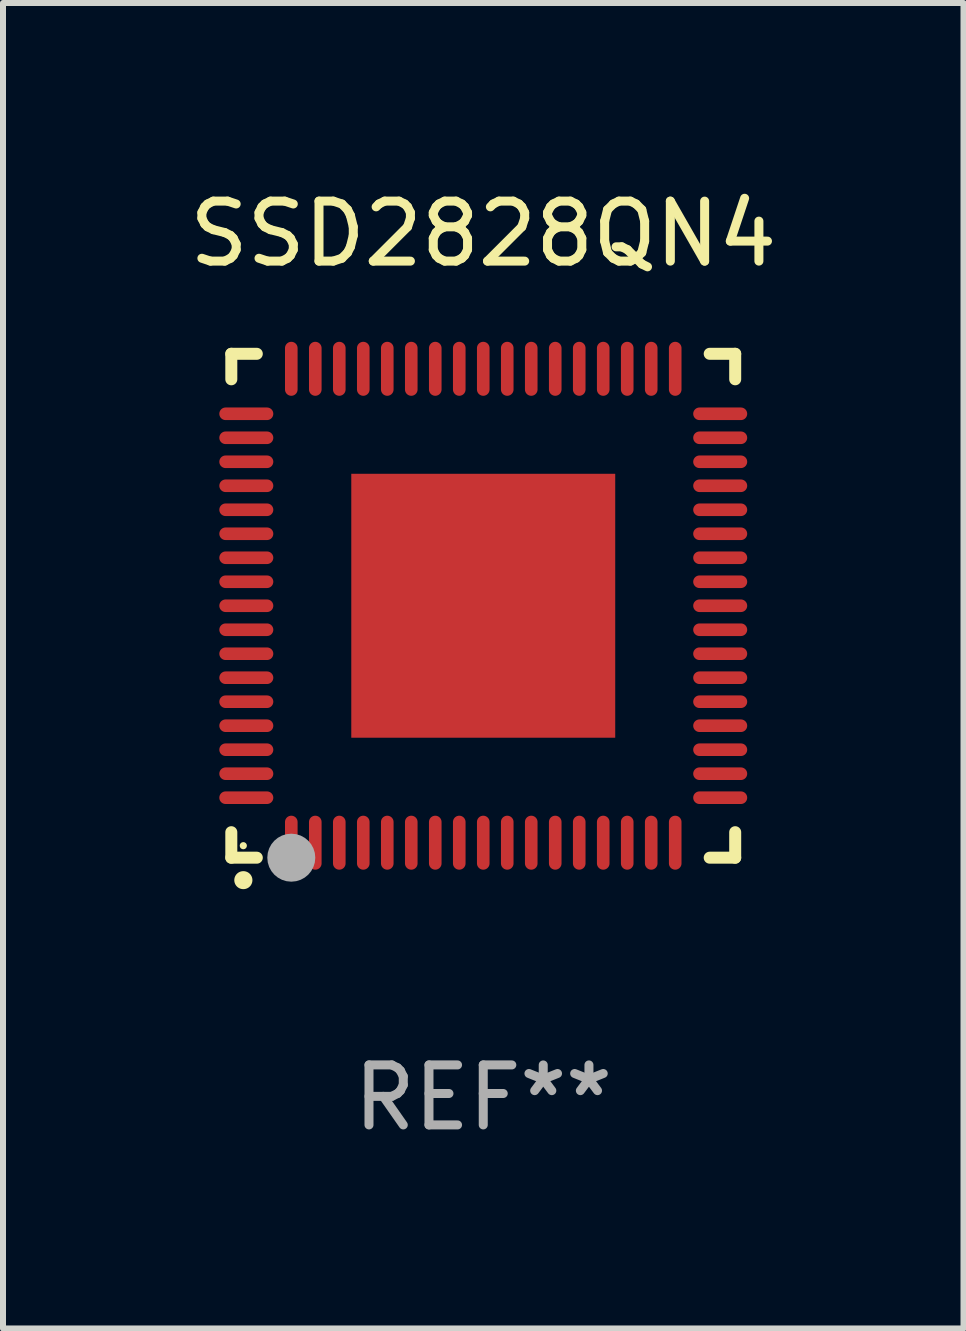
<source format=kicad_pcb>
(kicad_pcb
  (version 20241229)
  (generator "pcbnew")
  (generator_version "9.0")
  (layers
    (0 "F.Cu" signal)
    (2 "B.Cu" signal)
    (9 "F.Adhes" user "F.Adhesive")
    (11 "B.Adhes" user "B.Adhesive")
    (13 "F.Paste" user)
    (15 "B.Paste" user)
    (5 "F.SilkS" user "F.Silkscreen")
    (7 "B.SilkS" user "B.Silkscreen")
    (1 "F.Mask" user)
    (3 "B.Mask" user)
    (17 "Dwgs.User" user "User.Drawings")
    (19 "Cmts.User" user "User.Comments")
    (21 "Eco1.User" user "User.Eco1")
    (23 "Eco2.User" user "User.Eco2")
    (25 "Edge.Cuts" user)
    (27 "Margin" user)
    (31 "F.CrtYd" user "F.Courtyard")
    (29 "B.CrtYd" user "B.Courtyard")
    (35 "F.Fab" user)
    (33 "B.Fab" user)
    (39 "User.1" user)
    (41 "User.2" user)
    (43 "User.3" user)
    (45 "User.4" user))
  (footprint "SSD2828QN4"
    (layer "F.Cu")
    (at 5.006 7.048)
    (property "Reference" "SSD2828QN4" (at 0 -6.2 0) (layer "F.SilkS") (effects (font (size 1 1) (thickness 0.15))))
    (attr through_hole)
    (fp_line (start -4.2 -4.2) (end -4.2 -3.775) (stroke (width 0.2) (type solid)) (layer "F.SilkS"))
    (fp_line (start -4.2 4.2) (end -4.2 3.775) (stroke (width 0.2) (type solid)) (layer "F.SilkS"))
    (fp_line (start -3.775 -4.2) (end -4.2 -4.2) (stroke (width 0.2) (type solid)) (layer "F.SilkS"))
    (fp_line (start -3.775 4.2) (end -4.2 4.2) (stroke (width 0.2) (type solid)) (layer "F.SilkS"))
    (fp_line (start 3.775 4.2) (end 4.2 4.2) (stroke (width 0.2) (type solid)) (layer "F.SilkS"))
    (fp_line (start 4.2 -4.2) (end 3.775 -4.2) (stroke (width 0.2) (type solid)) (layer "F.SilkS"))
    (fp_line (start 4.2 -3.775) (end 4.2 -4.2) (stroke (width 0.2) (type solid)) (layer "F.SilkS"))
    (fp_line (start 4.2 4.2) (end 4.2 3.775) (stroke (width 0.2) (type solid)) (layer "F.SilkS"))
    (fp_arc (start -4.000495 4.574536) (mid -3.999225 4.574531) (end -3.997955 4.574536) (stroke (width 0.3) (type solid)) (layer "F.SilkS"))
    (fp_circle (center -4 4) (end -3.97 4) (stroke (width 0.06) (type solid)) (fill no) (layer "F.SilkS"))
    (fp_circle (center -3.2 4.2) (end -3 4.2) (stroke (width 0.4) (type solid)) (fill no) (layer "F.Fab"))
    (fp_text user "REF**" (at 0 8.2 0) (layer "F.Fab") (effects (font (size 1 1) (thickness 0.15))))
    (pad "1" smd oval (at -3.2 3.95) (size 0.21 0.9) (layers "F.Cu" "F.Mask" "F.Paste"))
    (pad "2" smd oval (at -2.8 3.95) (size 0.21 0.9) (layers "F.Cu" "F.Mask" "F.Paste"))
    (pad "3" smd oval (at -2.4 3.95) (size 0.21 0.9) (layers "F.Cu" "F.Mask" "F.Paste"))
    (pad "4" smd oval (at -2 3.95) (size 0.21 0.9) (layers "F.Cu" "F.Mask" "F.Paste"))
    (pad "5" smd oval (at -1.6 3.95) (size 0.21 0.9) (layers "F.Cu" "F.Mask" "F.Paste"))
    (pad "6" smd oval (at -1.2 3.95) (size 0.21 0.9) (layers "F.Cu" "F.Mask" "F.Paste"))
    (pad "7" smd oval (at -0.8 3.95) (size 0.21 0.9) (layers "F.Cu" "F.Mask" "F.Paste"))
    (pad "8" smd oval (at -0.4 3.95) (size 0.21 0.9) (layers "F.Cu" "F.Mask" "F.Paste"))
    (pad "9" smd oval (at -0.000038 3.95) (size 0.21 0.9) (layers "F.Cu" "F.Mask" "F.Paste"))
    (pad "10" smd oval (at 0.4 3.95) (size 0.21 0.9) (layers "F.Cu" "F.Mask" "F.Paste"))
    (pad "11" smd oval (at 0.8 3.95) (size 0.21 0.9) (layers "F.Cu" "F.Mask" "F.Paste"))
    (pad "12" smd oval (at 1.2 3.95) (size 0.21 0.9) (layers "F.Cu" "F.Mask" "F.Paste"))
    (pad "13" smd oval (at 1.6 3.95) (size 0.21 0.9) (layers "F.Cu" "F.Mask" "F.Paste"))
    (pad "14" smd oval (at 2 3.95) (size 0.21 0.9) (layers "F.Cu" "F.Mask" "F.Paste"))
    (pad "15" smd oval (at 2.4 3.95) (size 0.21 0.9) (layers "F.Cu" "F.Mask" "F.Paste"))
    (pad "16" smd oval (at 2.8 3.95) (size 0.21 0.9) (layers "F.Cu" "F.Mask" "F.Paste"))
    (pad "17" smd oval (at 3.2 3.95) (size 0.21 0.9) (layers "F.Cu" "F.Mask" "F.Paste"))
    (pad "18" smd oval (at 3.95 3.2 90) (size 0.21 0.9) (layers "F.Cu" "F.Mask" "F.Paste"))
    (pad "19" smd oval (at 3.95 2.8 90) (size 0.21 0.9) (layers "F.Cu" "F.Mask" "F.Paste"))
    (pad "20" smd oval (at 3.95 2.4 90) (size 0.21 0.9) (layers "F.Cu" "F.Mask" "F.Paste"))
    (pad "21" smd oval (at 3.95 2 90) (size 0.21 0.9) (layers "F.Cu" "F.Mask" "F.Paste"))
    (pad "22" smd oval (at 3.95 1.6 90) (size 0.21 0.9) (layers "F.Cu" "F.Mask" "F.Paste"))
    (pad "23" smd oval (at 3.95 1.2 90) (size 0.21 0.9) (layers "F.Cu" "F.Mask" "F.Paste"))
    (pad "24" smd oval (at 3.95 0.8 90) (size 0.21 0.9) (layers "F.Cu" "F.Mask" "F.Paste"))
    (pad "25" smd oval (at 3.95 0.4 90) (size 0.21 0.9) (layers "F.Cu" "F.Mask" "F.Paste"))
    (pad "26" smd oval (at 3.95 0.000089 90) (size 0.21 0.9) (layers "F.Cu" "F.Mask" "F.Paste"))
    (pad "27" smd oval (at 3.95 -0.4 90) (size 0.21 0.9) (layers "F.Cu" "F.Mask" "F.Paste"))
    (pad "28" smd oval (at 3.95 -0.8 90) (size 0.21 0.9) (layers "F.Cu" "F.Mask" "F.Paste"))
    (pad "29" smd oval (at 3.95 -1.2 90) (size 0.21 0.9) (layers "F.Cu" "F.Mask" "F.Paste"))
    (pad "30" smd oval (at 3.95 -1.6 90) (size 0.21 0.9) (layers "F.Cu" "F.Mask" "F.Paste"))
    (pad "31" smd oval (at 3.95 -2 90) (size 0.21 0.9) (layers "F.Cu" "F.Mask" "F.Paste"))
    (pad "32" smd oval (at 3.95 -2.4 90) (size 0.21 0.9) (layers "F.Cu" "F.Mask" "F.Paste"))
    (pad "33" smd oval (at 3.95 -2.8 90) (size 0.21 0.9) (layers "F.Cu" "F.Mask" "F.Paste"))
    (pad "34" smd oval (at 3.95 -3.2 90) (size 0.21 0.9) (layers "F.Cu" "F.Mask" "F.Paste"))
    (pad "35" smd oval (at 3.2 -3.95 180) (size 0.21 0.9) (layers "F.Cu" "F.Mask" "F.Paste"))
    (pad "36" smd oval (at 2.8 -3.95 180) (size 0.21 0.9) (layers "F.Cu" "F.Mask" "F.Paste"))
    (pad "37" smd oval (at 2.4 -3.95 180) (size 0.21 0.9) (layers "F.Cu" "F.Mask" "F.Paste"))
    (pad "38" smd oval (at 2 -3.95 180) (size 0.21 0.9) (layers "F.Cu" "F.Mask" "F.Paste"))
    (pad "39" smd oval (at 1.6 -3.95 180) (size 0.21 0.9) (layers "F.Cu" "F.Mask" "F.Paste"))
    (pad "40" smd oval (at 1.2 -3.95 180) (size 0.21 0.9) (layers "F.Cu" "F.Mask" "F.Paste"))
    (pad "41" smd oval (at 0.8 -3.95 180) (size 0.21 0.9) (layers "F.Cu" "F.Mask" "F.Paste"))
    (pad "42" smd oval (at 0.4 -3.95 180) (size 0.21 0.9) (layers "F.Cu" "F.Mask" "F.Paste"))
    (pad "43" smd oval (at -0.000038 -3.95 180) (size 0.21 0.9) (layers "F.Cu" "F.Mask" "F.Paste"))
    (pad "44" smd oval (at -0.4 -3.95 180) (size 0.21 0.9) (layers "F.Cu" "F.Mask" "F.Paste"))
    (pad "45" smd oval (at -0.8 -3.95 180) (size 0.21 0.9) (layers "F.Cu" "F.Mask" "F.Paste"))
    (pad "46" smd oval (at -1.2 -3.95 180) (size 0.21 0.9) (layers "F.Cu" "F.Mask" "F.Paste"))
    (pad "47" smd oval (at -1.6 -3.95 180) (size 0.21 0.9) (layers "F.Cu" "F.Mask" "F.Paste"))
    (pad "48" smd oval (at -2 -3.95 180) (size 0.21 0.9) (layers "F.Cu" "F.Mask" "F.Paste"))
    (pad "49" smd oval (at -2.4 -3.95 180) (size 0.21 0.9) (layers "F.Cu" "F.Mask" "F.Paste"))
    (pad "50" smd oval (at -2.8 -3.95 180) (size 0.21 0.9) (layers "F.Cu" "F.Mask" "F.Paste"))
    (pad "51" smd oval (at -3.2 -3.95 180) (size 0.21 0.9) (layers "F.Cu" "F.Mask" "F.Paste"))
    (pad "52" smd oval (at -3.95 -3.2 270) (size 0.21 0.9) (layers "F.Cu" "F.Mask" "F.Paste"))
    (pad "53" smd oval (at -3.95 -2.8 270) (size 0.21 0.9) (layers "F.Cu" "F.Mask" "F.Paste"))
    (pad "54" smd oval (at -3.95 -2.4 270) (size 0.21 0.9) (layers "F.Cu" "F.Mask" "F.Paste"))
    (pad "55" smd oval (at -3.95 -2 270) (size 0.21 0.9) (layers "F.Cu" "F.Mask" "F.Paste"))
    (pad "56" smd oval (at -3.95 -1.6 270) (size 0.21 0.9) (layers "F.Cu" "F.Mask" "F.Paste"))
    (pad "57" smd oval (at -3.95 -1.2 270) (size 0.21 0.9) (layers "F.Cu" "F.Mask" "F.Paste"))
    (pad "58" smd oval (at -3.95 -0.8 270) (size 0.21 0.9) (layers "F.Cu" "F.Mask" "F.Paste"))
    (pad "59" smd oval (at -3.95 -0.4 270) (size 0.21 0.9) (layers "F.Cu" "F.Mask" "F.Paste"))
    (pad "60" smd oval (at -3.95 0.000089 270) (size 0.21 0.9) (layers "F.Cu" "F.Mask" "F.Paste"))
    (pad "61" smd oval (at -3.95 0.4 270) (size 0.21 0.9) (layers "F.Cu" "F.Mask" "F.Paste"))
    (pad "62" smd oval (at -3.95 0.8 270) (size 0.21 0.9) (layers "F.Cu" "F.Mask" "F.Paste"))
    (pad "63" smd oval (at -3.95 1.2 270) (size 0.21 0.9) (layers "F.Cu" "F.Mask" "F.Paste"))
    (pad "64" smd oval (at -3.95 1.6 270) (size 0.21 0.9) (layers "F.Cu" "F.Mask" "F.Paste"))
    (pad "65" smd oval (at -3.95 2 270) (size 0.21 0.9) (layers "F.Cu" "F.Mask" "F.Paste"))
    (pad "66" smd oval (at -3.95 2.4 270) (size 0.21 0.9) (layers "F.Cu" "F.Mask" "F.Paste"))
    (pad "67" smd oval (at -3.95 2.8 270) (size 0.21 0.9) (layers "F.Cu" "F.Mask" "F.Paste"))
    (pad "68" smd oval (at -3.95 3.2 270) (size 0.21 0.9) (layers "F.Cu" "F.Mask" "F.Paste"))
    (pad "69" smd rect (at -0.000038 0.000089 90) (size 4.4 4.4) (layers "F.Cu" "F.Mask" "F.Paste")))
  (gr_rect
    (start -3 -3)
    (end 13.012 19.096)
    (stroke (width 0.1) (type default))
    (fill no)
    (layer "Edge.Cuts")))
</source>
